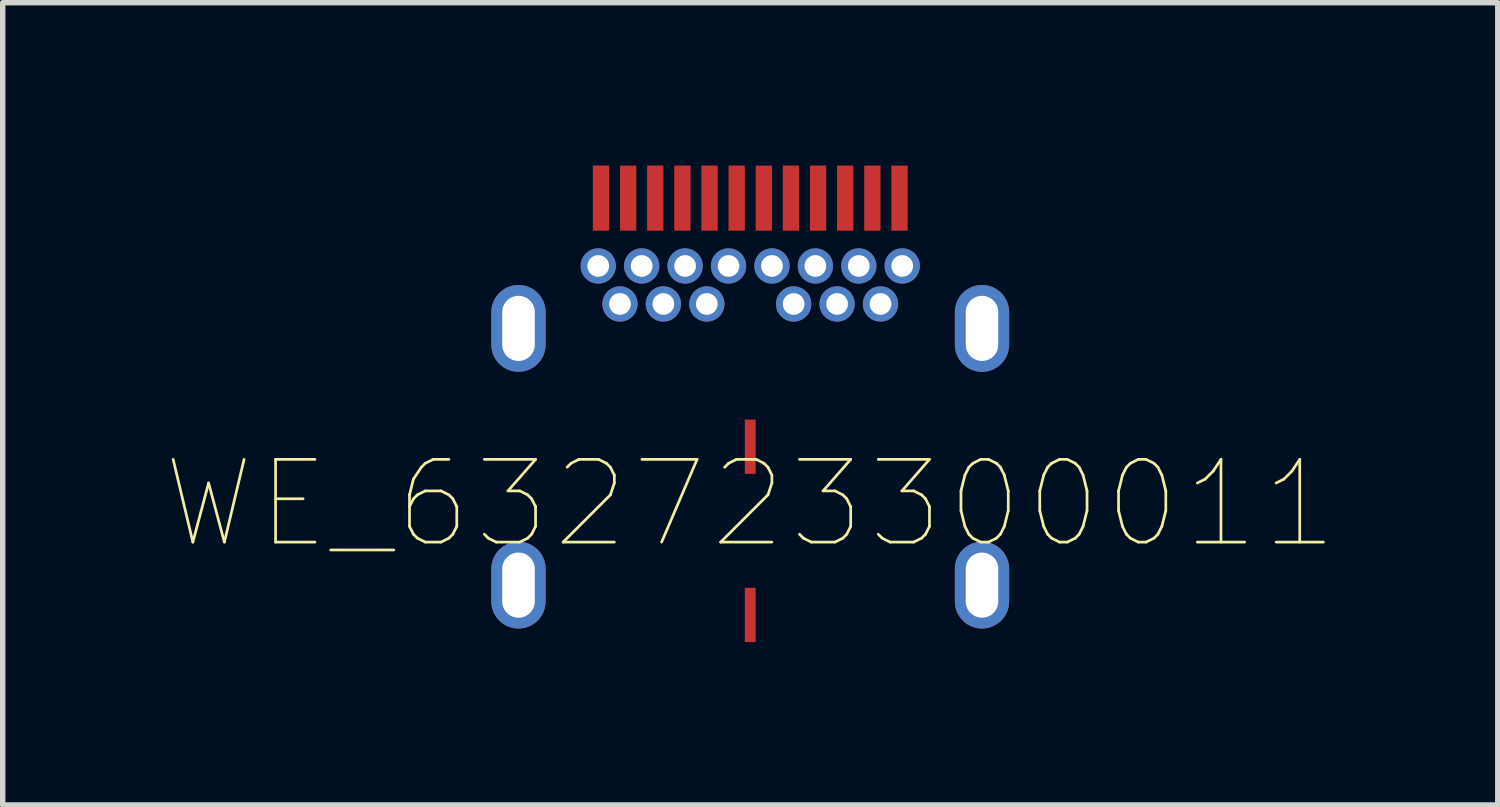
<source format=kicad_pcb>
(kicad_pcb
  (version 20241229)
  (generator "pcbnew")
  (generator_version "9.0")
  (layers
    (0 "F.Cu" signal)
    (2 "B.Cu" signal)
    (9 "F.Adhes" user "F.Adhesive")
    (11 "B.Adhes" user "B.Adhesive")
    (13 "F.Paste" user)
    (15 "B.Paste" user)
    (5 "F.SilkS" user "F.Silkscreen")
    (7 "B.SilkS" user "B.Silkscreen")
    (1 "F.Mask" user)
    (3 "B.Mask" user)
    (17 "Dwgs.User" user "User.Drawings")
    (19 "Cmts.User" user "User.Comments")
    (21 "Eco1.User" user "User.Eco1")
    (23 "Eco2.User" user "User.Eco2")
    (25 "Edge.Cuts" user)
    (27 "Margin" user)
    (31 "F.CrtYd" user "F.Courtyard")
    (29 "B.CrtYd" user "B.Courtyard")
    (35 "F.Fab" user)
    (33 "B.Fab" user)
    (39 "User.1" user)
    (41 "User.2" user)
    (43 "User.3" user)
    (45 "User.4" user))
  (footprint "WE_632723300011"
    (layer "F.Cu")
    (at 10.772 6.235)
    (property "Reference" "WE_632723300011" (at 0 0 0) (layer "F.SilkS") (effects (font (size 1.524 1.524) (thickness 0.05))))
    (attr smd)
    (pad "" smd rect (at -0.00008 -1.055) (size 0.2 1) (layers "F.Cu" "F.Mask" "F.Paste"))
    (pad "" smd rect (at -0.00008 2.045) (size 0.2 1) (layers "F.Cu" "F.Mask" "F.Paste"))
    (pad "A1" smd rect (at -2.75 -5.635) (size 0.3 1.2) (layers "F.Cu" "F.Mask" "F.Paste"))
    (pad "A2" smd rect (at -2.25 -5.635) (size 0.3 1.2) (layers "F.Cu" "F.Mask" "F.Paste"))
    (pad "A3" smd rect (at -1.75 -5.635) (size 0.3 1.2) (layers "F.Cu" "F.Mask" "F.Paste"))
    (pad "A4" smd rect (at -1.25 -5.635) (size 0.3 1.2) (layers "F.Cu" "F.Mask" "F.Paste"))
    (pad "A5" smd rect (at -0.75 -5.635) (size 0.3 1.2) (layers "F.Cu" "F.Mask" "F.Paste"))
    (pad "A6" smd rect (at -0.25 -5.635) (size 0.3 1.2) (layers "F.Cu" "F.Mask" "F.Paste"))
    (pad "A7" smd rect (at 0.25 -5.635) (size 0.3 1.2) (layers "F.Cu" "F.Mask" "F.Paste"))
    (pad "A8" smd rect (at 0.75 -5.635) (size 0.3 1.2) (layers "F.Cu" "F.Mask" "F.Paste"))
    (pad "A9" smd rect (at 1.25 -5.635) (size 0.3 1.2) (layers "F.Cu" "F.Mask" "F.Paste"))
    (pad "A10" smd rect (at 1.75 -5.635) (size 0.3 1.2) (layers "F.Cu" "F.Mask" "F.Paste"))
    (pad "A11" smd rect (at 2.25 -5.635) (size 0.3 1.2) (layers "F.Cu" "F.Mask" "F.Paste"))
    (pad "A12" smd rect (at 2.75 -5.635) (size 0.3 1.2) (layers "F.Cu" "F.Mask" "F.Paste"))
    (pad "B1" thru_hole circle (at 2.8 -4.385) (size 0.65 0.65) (drill 0.4) (layers "*.Cu" "*.Mask"))
    (pad "B2" thru_hole circle (at 2.4 -3.685) (size 0.65 0.65) (drill 0.4) (layers "*.Cu" "*.Mask"))
    (pad "B3" thru_hole circle (at 1.6 -3.685) (size 0.65 0.65) (drill 0.4) (layers "*.Cu" "*.Mask"))
    (pad "B4" thru_hole circle (at 1.2 -4.385) (size 0.65 0.65) (drill 0.4) (layers "*.Cu" "*.Mask"))
    (pad "B5" thru_hole circle (at 0.8 -3.685) (size 0.65 0.65) (drill 0.4) (layers "*.Cu" "*.Mask"))
    (pad "B6" thru_hole circle (at 0.4 -4.385) (size 0.65 0.65) (drill 0.4) (layers "*.Cu" "*.Mask"))
    (pad "B7" thru_hole circle (at -0.4 -4.385) (size 0.65 0.65) (drill 0.4) (layers "*.Cu" "*.Mask"))
    (pad "B8" thru_hole circle (at -0.8 -3.685) (size 0.65 0.65) (drill 0.4) (layers "*.Cu" "*.Mask"))
    (pad "B9" thru_hole circle (at -1.2 -4.385) (size 0.65 0.65) (drill 0.4) (layers "*.Cu" "*.Mask"))
    (pad "B10" thru_hole circle (at -1.6 -3.685) (size 0.65 0.65) (drill 0.4) (layers "*.Cu" "*.Mask"))
    (pad "B11" thru_hole circle (at -2.4 -3.685) (size 0.65 0.65) (drill 0.4) (layers "*.Cu" "*.Mask"))
    (pad "B12" thru_hole circle (at -2.8 -4.385) (size 0.65 0.65) (drill 0.4) (layers "*.Cu" "*.Mask"))
    (pad "Shell" thru_hole oval (at -4.27 -3.235) (size 1 1.6) (drill oval 0.6 1.2) (layers "*.Cu" "*.Mask"))
    (pad "Shell" thru_hole oval (at -4.27 1.495) (size 1 1.6) (drill oval 0.6 1.2) (layers "*.Cu" "*.Mask"))
    (pad "Shell" thru_hole circle (at -2 -4.385) (size 0.65 0.65) (drill 0.4) (layers "*.Cu" "*.Mask"))
    (pad "Shell" thru_hole circle (at 2 -4.385) (size 0.65 0.65) (drill 0.4) (layers "*.Cu" "*.Mask"))
    (pad "Shell" thru_hole oval (at 4.27 -3.235) (size 1 1.6) (drill oval 0.6 1.2) (layers "*.Cu" "*.Mask"))
    (pad "Shell" thru_hole oval (at 4.27 1.495) (size 1 1.6) (drill oval 0.6 1.2) (layers "*.Cu" "*.Mask")))
  (gr_rect
    (start -3 -3)
    (end 24.544 11.78)
    (stroke (width 0.1) (type default))
    (fill no)
    (layer "Edge.Cuts")))
</source>
